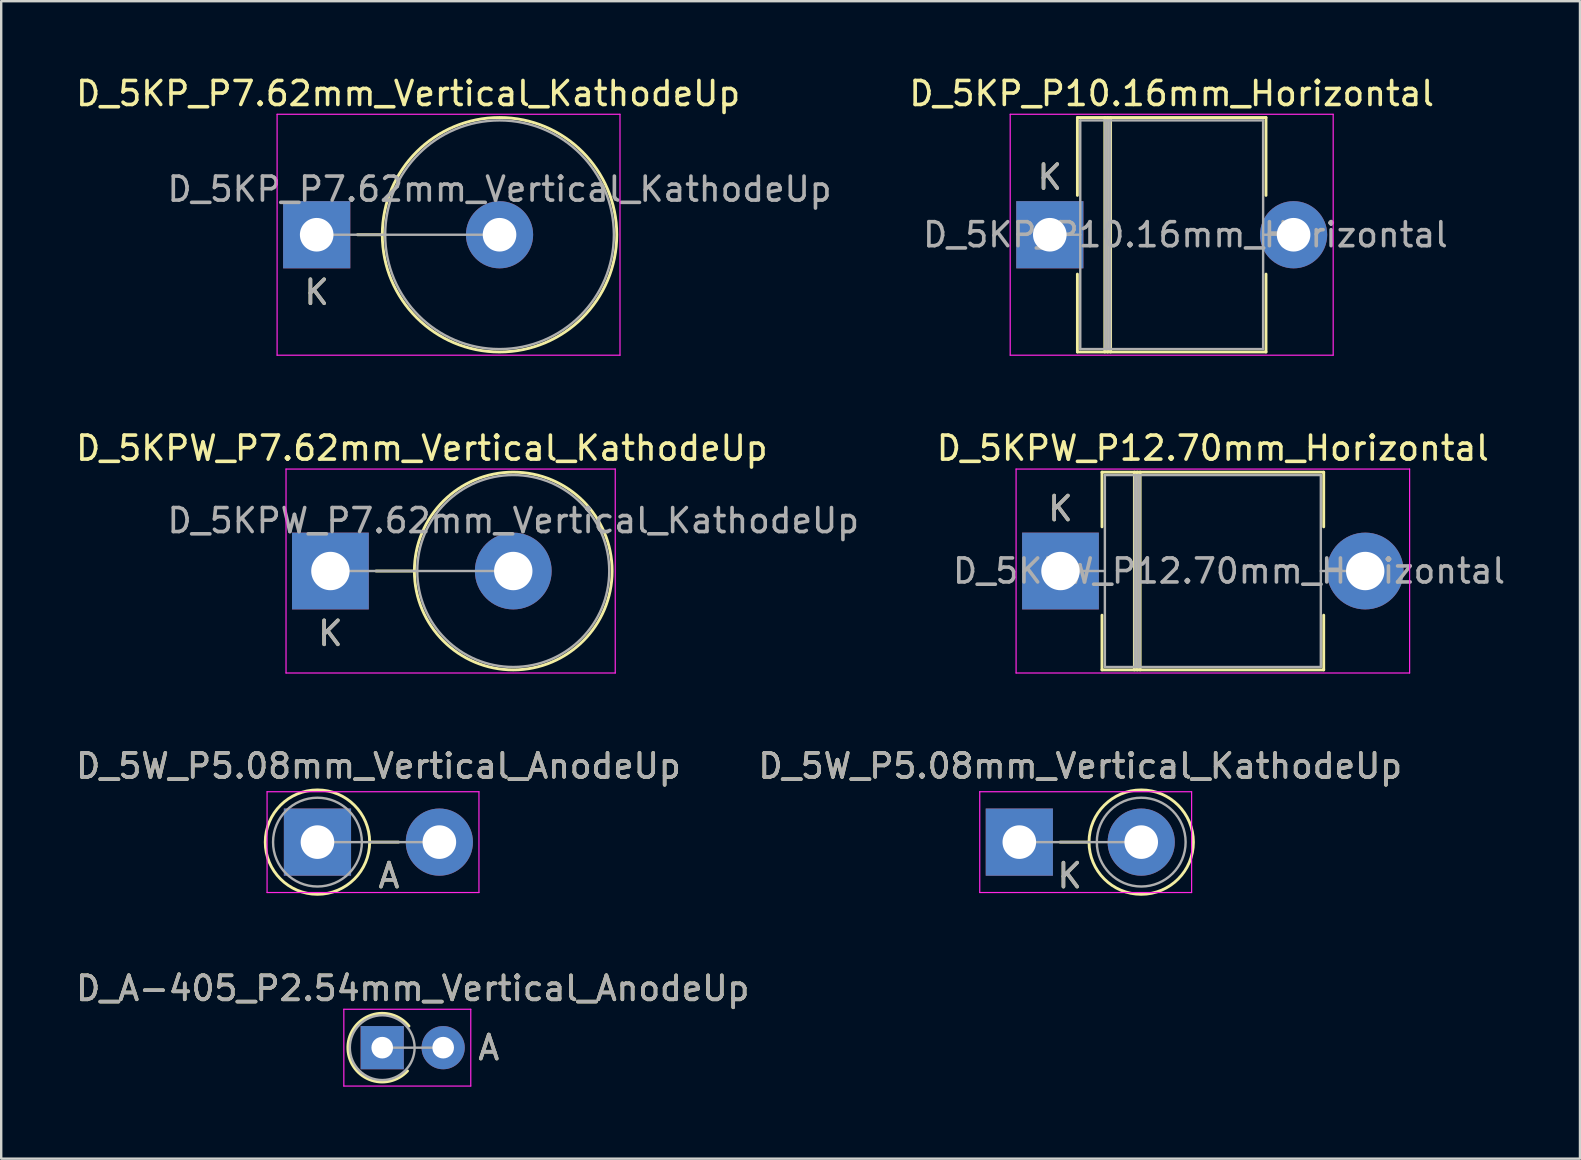
<source format=kicad_pcb>
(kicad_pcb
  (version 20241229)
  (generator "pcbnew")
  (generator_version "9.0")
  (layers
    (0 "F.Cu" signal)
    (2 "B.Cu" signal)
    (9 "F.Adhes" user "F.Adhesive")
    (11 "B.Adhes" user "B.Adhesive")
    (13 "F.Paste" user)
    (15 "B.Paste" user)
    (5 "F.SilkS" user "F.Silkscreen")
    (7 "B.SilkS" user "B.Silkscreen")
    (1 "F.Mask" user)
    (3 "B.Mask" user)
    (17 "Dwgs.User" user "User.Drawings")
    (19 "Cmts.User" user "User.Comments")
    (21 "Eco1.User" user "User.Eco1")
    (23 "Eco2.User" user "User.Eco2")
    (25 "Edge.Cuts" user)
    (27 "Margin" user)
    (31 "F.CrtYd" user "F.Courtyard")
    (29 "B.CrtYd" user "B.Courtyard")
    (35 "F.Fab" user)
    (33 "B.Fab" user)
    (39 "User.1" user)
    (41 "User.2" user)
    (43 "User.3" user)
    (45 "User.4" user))
  (footprint "D_5W_P5.08mm_Vertical_AnodeUp"
    (layer "F.Cu")
    (at 10.18 32.045)
    (property "Reference" "D_5W_P5.08mm_Vertical_AnodeUp" (at 2.54 -3.175 0) (layer "F.SilkS") (effects (font (size 1 1) (thickness 0.15))))
    (attr through_hole)
    (fp_line (start 2.175 0) (end 3.38 0) (stroke (width 0.12) (type solid)) (layer "F.SilkS"))
    (fp_circle (center 0 0) (end 2.175 0) (stroke (width 0.12) (type solid)) (fill no) (layer "F.SilkS"))
    (fp_line (start -2.1 -2.1) (end -2.1 2.1) (stroke (width 0.05) (type solid)) (layer "F.CrtYd"))
    (fp_line (start -2.1 2.1) (end 6.73 2.1) (stroke (width 0.05) (type solid)) (layer "F.CrtYd"))
    (fp_line (start 6.73 -2.1) (end -2.1 -2.1) (stroke (width 0.05) (type solid)) (layer "F.CrtYd"))
    (fp_line (start 6.73 2.1) (end 6.73 -2.1) (stroke (width 0.05) (type solid)) (layer "F.CrtYd"))
    (fp_line (start 0 0) (end 5.08 0) (stroke (width 0.1) (type solid)) (layer "F.Fab"))
    (fp_circle (center 0 0) (end 1.85 0) (stroke (width 0.1) (type solid)) (fill no) (layer "F.Fab"))
    (fp_text user "A" (at 2.98 1.4 0) (layer "F.SilkS") (effects (font (size 1 1) (thickness 0.15))))
    (fp_text user "${REFERENCE}" (at 2.54 -3.175 0) (layer "F.Fab") (effects (font (size 1 1) (thickness 0.15))))
    (fp_text user "A" (at 2.98 1.4 0) (layer "F.Fab") (effects (font (size 1 1) (thickness 0.15))))
    (pad "1" thru_hole rect (at 0 0) (size 2.8 2.8) (drill 1.4) (layers "*.Cu" "*.Mask"))
    (pad "2" thru_hole oval (at 5.08 0) (size 2.8 2.8) (drill 1.4) (layers "*.Cu" "*.Mask")))
  (footprint "D_5KP_P7.62mm_Vertical_KathodeUp"
    (layer "F.Cu")
    (at 10.148 6.733)
    (property "Reference" "D_5KP_P7.62mm_Vertical_KathodeUp" (at 3.81 -5.885 0) (layer "F.SilkS") (effects (font (size 1 1) (thickness 0.15))))
    (attr through_hole)
    (fp_line (start 2.735 0) (end 1.7 0) (stroke (width 0.12) (type solid)) (layer "F.SilkS"))
    (fp_circle (center 7.62 0) (end 12.505 0) (stroke (width 0.12) (type solid)) (fill no) (layer "F.SilkS"))
    (fp_line (start -1.65 -5.02) (end -1.65 5.02) (stroke (width 0.05) (type solid)) (layer "F.CrtYd"))
    (fp_line (start -1.65 5.02) (end 12.64 5.02) (stroke (width 0.05) (type solid)) (layer "F.CrtYd"))
    (fp_line (start 12.64 -5.02) (end -1.65 -5.02) (stroke (width 0.05) (type solid)) (layer "F.CrtYd"))
    (fp_line (start 12.64 5.02) (end 12.64 -5.02) (stroke (width 0.05) (type solid)) (layer "F.CrtYd"))
    (fp_line (start 0 0) (end 7.62 0) (stroke (width 0.1) (type solid)) (layer "F.Fab"))
    (fp_circle (center 7.62 0) (end 12.385 0) (stroke (width 0.1) (type solid)) (fill no) (layer "F.Fab"))
    (fp_text user "K" (at 0 2.4 0) (layer "F.SilkS") (effects (font (size 1 1) (thickness 0.15))))
    (fp_text user "${REFERENCE}" (at 7.62 -1.9 0) (layer "F.Fab") (effects (font (size 1 1) (thickness 0.15))))
    (fp_text user "K" (at 0 2.4 0) (layer "F.Fab") (effects (font (size 1 1) (thickness 0.15))))
    (pad "1" thru_hole rect (at 0 0) (size 2.8 2.8) (drill 1.4) (layers "*.Cu" "*.Mask"))
    (pad "2" thru_hole oval (at 7.62 0) (size 2.8 2.8) (drill 1.4) (layers "*.Cu" "*.Mask")))
  (footprint "D_5W_P5.08mm_Vertical_KathodeUp"
    (layer "F.Cu")
    (at 39.43 32.045)
    (property "Reference" "D_5W_P5.08mm_Vertical_KathodeUp" (at 2.54 -3.175 0) (layer "F.SilkS") (effects (font (size 1 1) (thickness 0.15))))
    (attr through_hole)
    (fp_line (start 2.905 0) (end 1.7 0) (stroke (width 0.12) (type solid)) (layer "F.SilkS"))
    (fp_circle (center 5.08 0) (end 7.255 0) (stroke (width 0.12) (type solid)) (fill no) (layer "F.SilkS"))
    (fp_line (start -1.65 -2.1) (end -1.65 2.1) (stroke (width 0.05) (type solid)) (layer "F.CrtYd"))
    (fp_line (start -1.65 2.1) (end 7.18 2.1) (stroke (width 0.05) (type solid)) (layer "F.CrtYd"))
    (fp_line (start 7.18 -2.1) (end -1.65 -2.1) (stroke (width 0.05) (type solid)) (layer "F.CrtYd"))
    (fp_line (start 7.18 2.1) (end 7.18 -2.1) (stroke (width 0.05) (type solid)) (layer "F.CrtYd"))
    (fp_line (start 0 0) (end 5.08 0) (stroke (width 0.1) (type solid)) (layer "F.Fab"))
    (fp_circle (center 5.08 0) (end 6.93 0) (stroke (width 0.1) (type solid)) (fill no) (layer "F.Fab"))
    (fp_text user "K" (at 2.1 1.4 0) (layer "F.SilkS") (effects (font (size 1 1) (thickness 0.15))))
    (fp_text user "K" (at 2.1 1.4 0) (layer "F.Fab") (effects (font (size 1 1) (thickness 0.15))))
    (fp_text user "${REFERENCE}" (at 2.54 -3.175 0) (layer "F.Fab") (effects (font (size 1 1) (thickness 0.15))))
    (pad "1" thru_hole rect (at 0 0) (size 2.8 2.8) (drill 1.4) (layers "*.Cu" "*.Mask"))
    (pad "2" thru_hole oval (at 5.08 0) (size 2.8 2.8) (drill 1.4) (layers "*.Cu" "*.Mask")))
  (footprint "D_5KPW_P12.70mm_Horizontal"
    (layer "F.Cu")
    (at 41.145 20.747)
    (property "Reference" "D_5KPW_P12.70mm_Horizontal" (at 6.35 -5.12 0) (layer "F.SilkS") (effects (font (size 1 1) (thickness 0.15))))
    (attr through_hole)
    (fp_line (start 1.73 -4.12) (end 10.97 -4.12) (stroke (width 0.12) (type solid)) (layer "F.SilkS"))
    (fp_line (start 1.73 -1.84) (end 1.73 -4.12) (stroke (width 0.12) (type solid)) (layer "F.SilkS"))
    (fp_line (start 1.73 1.84) (end 1.73 4.12) (stroke (width 0.12) (type solid)) (layer "F.SilkS"))
    (fp_line (start 1.73 4.12) (end 10.97 4.12) (stroke (width 0.12) (type solid)) (layer "F.SilkS"))
    (fp_line (start 3.08 -4.12) (end 3.08 4.12) (stroke (width 0.12) (type solid)) (layer "F.SilkS"))
    (fp_line (start 3.2 -4.12) (end 3.2 4.12) (stroke (width 0.12) (type solid)) (layer "F.SilkS"))
    (fp_line (start 3.32 -4.12) (end 3.32 4.12) (stroke (width 0.12) (type solid)) (layer "F.SilkS"))
    (fp_line (start 10.97 -4.12) (end 10.97 -1.84) (stroke (width 0.12) (type solid)) (layer "F.SilkS"))
    (fp_line (start 10.97 4.12) (end 10.97 1.84) (stroke (width 0.12) (type solid)) (layer "F.SilkS"))
    (fp_line (start -1.85 -4.25) (end -1.85 4.25) (stroke (width 0.05) (type solid)) (layer "F.CrtYd"))
    (fp_line (start -1.85 4.25) (end 14.55 4.25) (stroke (width 0.05) (type solid)) (layer "F.CrtYd"))
    (fp_line (start 14.55 -4.25) (end -1.85 -4.25) (stroke (width 0.05) (type solid)) (layer "F.CrtYd"))
    (fp_line (start 14.55 4.25) (end 14.55 -4.25) (stroke (width 0.05) (type solid)) (layer "F.CrtYd"))
    (fp_line (start 0 0) (end 1.85 0) (stroke (width 0.1) (type solid)) (layer "F.Fab"))
    (fp_line (start 1.85 -4) (end 1.85 4) (stroke (width 0.1) (type solid)) (layer "F.Fab"))
    (fp_line (start 1.85 4) (end 10.85 4) (stroke (width 0.1) (type solid)) (layer "F.Fab"))
    (fp_line (start 3.1 -4) (end 3.1 4) (stroke (width 0.1) (type solid)) (layer "F.Fab"))
    (fp_line (start 3.2 -4) (end 3.2 4) (stroke (width 0.1) (type solid)) (layer "F.Fab"))
    (fp_line (start 3.3 -4) (end 3.3 4) (stroke (width 0.1) (type solid)) (layer "F.Fab"))
    (fp_line (start 10.85 -4) (end 1.85 -4) (stroke (width 0.1) (type solid)) (layer "F.Fab"))
    (fp_line (start 10.85 4) (end 10.85 -4) (stroke (width 0.1) (type solid)) (layer "F.Fab"))
    (fp_line (start 12.7 0) (end 10.85 0) (stroke (width 0.1) (type solid)) (layer "F.Fab"))
    (fp_text user "K" (at 0 -2.6 0) (layer "F.SilkS") (effects (font (size 1 1) (thickness 0.15))))
    (fp_text user "K" (at 0 -2.6 0) (layer "F.Fab") (effects (font (size 1 1) (thickness 0.15))))
    (fp_text user "${REFERENCE}" (at 7.025 0 0) (layer "F.Fab") (effects (font (size 1 1) (thickness 0.15))))
    (pad "1" thru_hole rect (at 0 0) (size 3.2 3.2) (drill 1.6) (layers "*.Cu" "*.Mask"))
    (pad "2" thru_hole oval (at 12.7 0) (size 3.2 3.2) (drill 1.6) (layers "*.Cu" "*.Mask")))
  (footprint "D_A-405_P2.54mm_Vertical_AnodeUp"
    (layer "F.Cu")
    (at 12.879 40.611)
    (property "Reference" "D_A-405_P2.54mm_Vertical_AnodeUp" (at 1.27 -2.47 0) (layer "F.SilkS") (effects (font (size 1 1) (thickness 0.15))))
    (attr through_hole)
    (fp_arc (start 1.05385 0.968866) (mid -1.430816 -0.045469) (end 1.113239 -0.9) (stroke (width 0.12) (type solid)) (layer "F.SilkS"))
    (fp_line (start -1.6 -1.6) (end -1.6 1.6) (stroke (width 0.05) (type solid)) (layer "F.CrtYd"))
    (fp_line (start -1.6 1.6) (end 3.69 1.6) (stroke (width 0.05) (type solid)) (layer "F.CrtYd"))
    (fp_line (start 3.69 -1.6) (end -1.6 -1.6) (stroke (width 0.05) (type solid)) (layer "F.CrtYd"))
    (fp_line (start 3.69 1.6) (end 3.69 -1.6) (stroke (width 0.05) (type solid)) (layer "F.CrtYd"))
    (fp_line (start 0 0) (end 2.54 0) (stroke (width 0.1) (type solid)) (layer "F.Fab"))
    (fp_circle (center 0 0) (end 1.35 0) (stroke (width 0.1) (type solid)) (fill no) (layer "F.Fab"))
    (fp_text user "A" (at 4.44 0 0) (layer "F.SilkS") (effects (font (size 1 1) (thickness 0.15))))
    (fp_text user "A" (at 4.44 0 0) (layer "F.Fab") (effects (font (size 1 1) (thickness 0.15))))
    (fp_text user "${REFERENCE}" (at 1.27 -2.47 0) (layer "F.Fab") (effects (font (size 1 1) (thickness 0.15))))
    (pad "1" thru_hole rect (at 0 0) (size 1.8 1.8) (drill 0.9) (layers "*.Cu" "*.Mask"))
    (pad "2" thru_hole oval (at 2.54 0) (size 1.8 1.8) (drill 0.9) (layers "*.Cu" "*.Mask")))
  (footprint "D_5KP_P10.16mm_Horizontal"
    (layer "F.Cu")
    (at 40.7 6.733)
    (property "Reference" "D_5KP_P10.16mm_Horizontal" (at 5.08 -5.885 0) (layer "F.SilkS") (effects (font (size 1 1) (thickness 0.15))))
    (attr through_hole)
    (fp_line (start 1.15 -4.885) (end 9.01 -4.885) (stroke (width 0.12) (type solid)) (layer "F.SilkS"))
    (fp_line (start 1.15 -1.64) (end 1.15 -4.885) (stroke (width 0.12) (type solid)) (layer "F.SilkS"))
    (fp_line (start 1.15 1.64) (end 1.15 4.885) (stroke (width 0.12) (type solid)) (layer "F.SilkS"))
    (fp_line (start 1.15 4.885) (end 9.01 4.885) (stroke (width 0.12) (type solid)) (layer "F.SilkS"))
    (fp_line (start 2.293 -4.885) (end 2.293 4.885) (stroke (width 0.12) (type solid)) (layer "F.SilkS"))
    (fp_line (start 2.413 -4.885) (end 2.413 4.885) (stroke (width 0.12) (type solid)) (layer "F.SilkS"))
    (fp_line (start 2.533 -4.885) (end 2.533 4.885) (stroke (width 0.12) (type solid)) (layer "F.SilkS"))
    (fp_line (start 9.01 -4.885) (end 9.01 -1.64) (stroke (width 0.12) (type solid)) (layer "F.SilkS"))
    (fp_line (start 9.01 4.885) (end 9.01 1.64) (stroke (width 0.12) (type solid)) (layer "F.SilkS"))
    (fp_line (start -1.65 -5.02) (end -1.65 5.02) (stroke (width 0.05) (type solid)) (layer "F.CrtYd"))
    (fp_line (start -1.65 5.02) (end 11.81 5.02) (stroke (width 0.05) (type solid)) (layer "F.CrtYd"))
    (fp_line (start 11.81 -5.02) (end -1.65 -5.02) (stroke (width 0.05) (type solid)) (layer "F.CrtYd"))
    (fp_line (start 11.81 5.02) (end 11.81 -5.02) (stroke (width 0.05) (type solid)) (layer "F.CrtYd"))
    (fp_line (start 0 0) (end 1.27 0) (stroke (width 0.1) (type solid)) (layer "F.Fab"))
    (fp_line (start 1.27 -4.765) (end 1.27 4.765) (stroke (width 0.1) (type solid)) (layer "F.Fab"))
    (fp_line (start 1.27 4.765) (end 8.89 4.765) (stroke (width 0.1) (type solid)) (layer "F.Fab"))
    (fp_line (start 2.313 -4.765) (end 2.313 4.765) (stroke (width 0.1) (type solid)) (layer "F.Fab"))
    (fp_line (start 2.413 -4.765) (end 2.413 4.765) (stroke (width 0.1) (type solid)) (layer "F.Fab"))
    (fp_line (start 2.513 -4.765) (end 2.513 4.765) (stroke (width 0.1) (type solid)) (layer "F.Fab"))
    (fp_line (start 8.89 -4.765) (end 1.27 -4.765) (stroke (width 0.1) (type solid)) (layer "F.Fab"))
    (fp_line (start 8.89 4.765) (end 8.89 -4.765) (stroke (width 0.1) (type solid)) (layer "F.Fab"))
    (fp_line (start 10.16 0) (end 8.89 0) (stroke (width 0.1) (type solid)) (layer "F.Fab"))
    (fp_text user "K" (at 0 -2.4 0) (layer "F.SilkS") (effects (font (size 1 1) (thickness 0.15))))
    (fp_text user "K" (at 0 -2.4 0) (layer "F.Fab") (effects (font (size 1 1) (thickness 0.15))))
    (fp_text user "${REFERENCE}" (at 5.652 0 0) (layer "F.Fab") (effects (font (size 1 1) (thickness 0.15))))
    (pad "1" thru_hole rect (at 0 0) (size 2.8 2.8) (drill 1.4) (layers "*.Cu" "*.Mask"))
    (pad "2" thru_hole oval (at 10.16 0) (size 2.8 2.8) (drill 1.4) (layers "*.Cu" "*.Mask")))
  (footprint "D_5KPW_P7.62mm_Vertical_KathodeUp"
    (layer "F.Cu")
    (at 10.72 20.747)
    (property "Reference" "D_5KPW_P7.62mm_Vertical_KathodeUp" (at 3.81 -5.12 0) (layer "F.SilkS") (effects (font (size 1 1) (thickness 0.15))))
    (attr through_hole)
    (fp_line (start 3.5 0) (end 1.9 0) (stroke (width 0.12) (type solid)) (layer "F.SilkS"))
    (fp_circle (center 7.62 0) (end 11.74 0) (stroke (width 0.12) (type solid)) (fill no) (layer "F.SilkS"))
    (fp_line (start -1.85 -4.25) (end -1.85 4.25) (stroke (width 0.05) (type solid)) (layer "F.CrtYd"))
    (fp_line (start -1.85 4.25) (end 11.87 4.25) (stroke (width 0.05) (type solid)) (layer "F.CrtYd"))
    (fp_line (start 11.87 -4.25) (end -1.85 -4.25) (stroke (width 0.05) (type solid)) (layer "F.CrtYd"))
    (fp_line (start 11.87 4.25) (end 11.87 -4.25) (stroke (width 0.05) (type solid)) (layer "F.CrtYd"))
    (fp_line (start 0 0) (end 7.62 0) (stroke (width 0.1) (type solid)) (layer "F.Fab"))
    (fp_circle (center 7.62 0) (end 11.62 0) (stroke (width 0.1) (type solid)) (fill no) (layer "F.Fab"))
    (fp_text user "K" (at 0 2.6 0) (layer "F.SilkS") (effects (font (size 1 1) (thickness 0.15))))
    (fp_text user "${REFERENCE}" (at 7.62 -2.1 0) (layer "F.Fab") (effects (font (size 1 1) (thickness 0.15))))
    (fp_text user "K" (at 0 2.6 0) (layer "F.Fab") (effects (font (size 1 1) (thickness 0.15))))
    (pad "1" thru_hole rect (at 0 0) (size 3.2 3.2) (drill 1.6) (layers "*.Cu" "*.Mask"))
    (pad "2" thru_hole oval (at 7.62 0) (size 3.2 3.2) (drill 1.6) (layers "*.Cu" "*.Mask")))
  (gr_rect
    (start -3 -3)
    (end 62.795 45.236)
    (stroke (width 0.1) (type default))
    (fill no)
    (layer "Edge.Cuts")))
</source>
